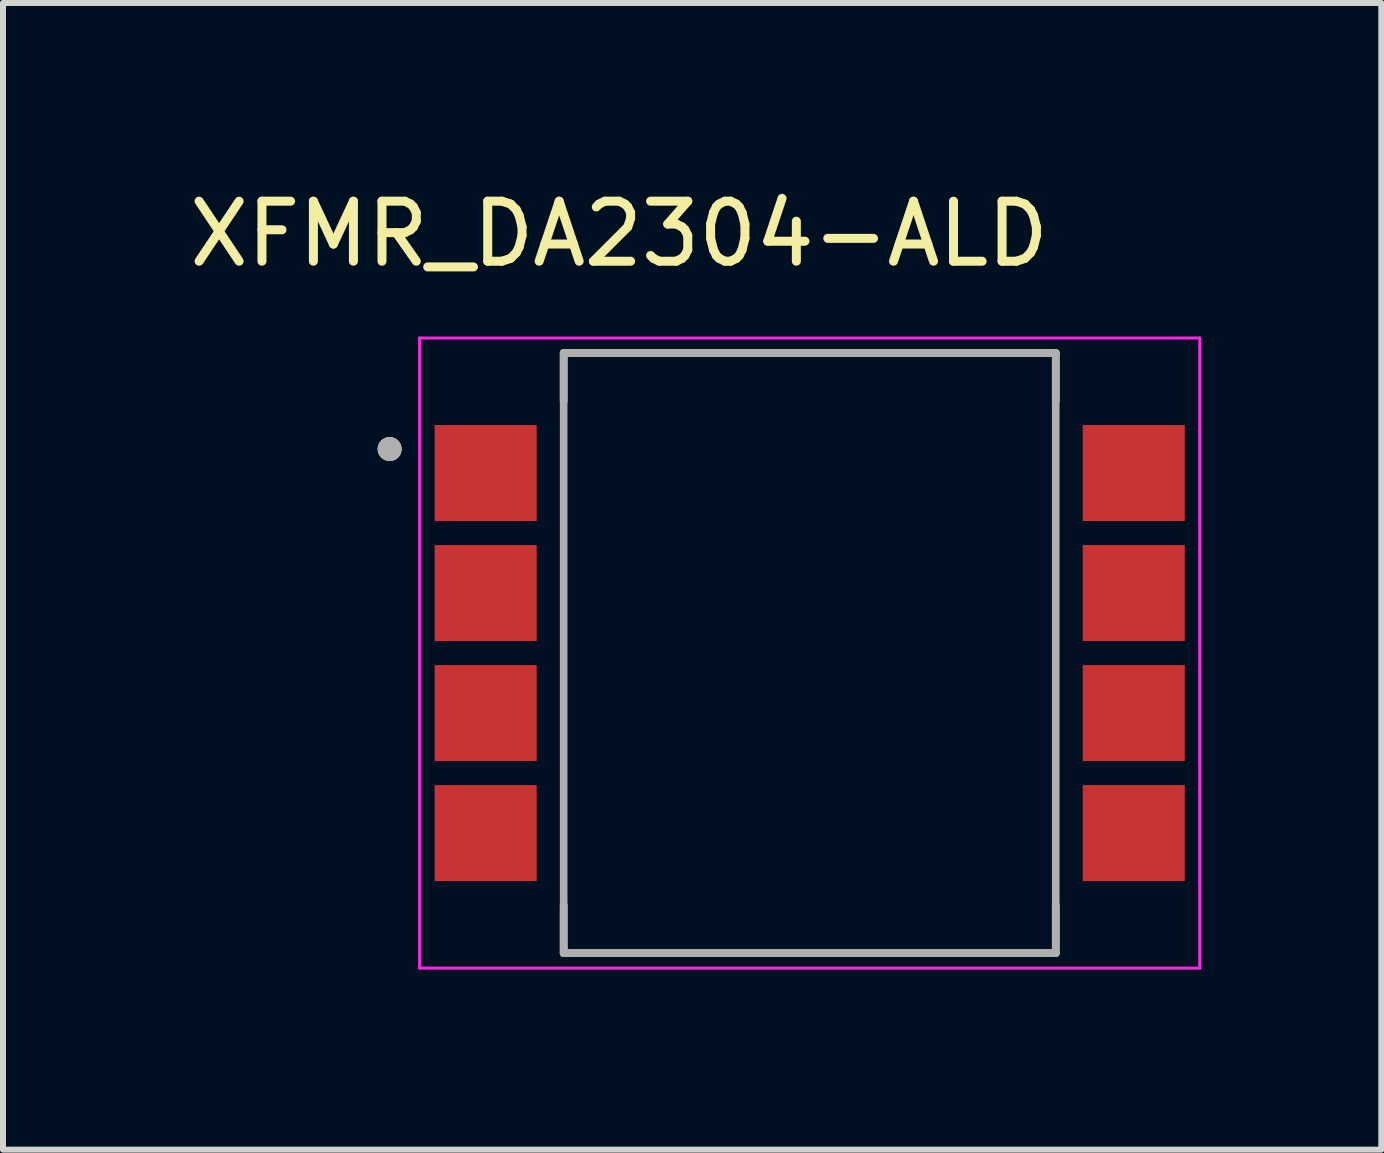
<source format=kicad_pcb>
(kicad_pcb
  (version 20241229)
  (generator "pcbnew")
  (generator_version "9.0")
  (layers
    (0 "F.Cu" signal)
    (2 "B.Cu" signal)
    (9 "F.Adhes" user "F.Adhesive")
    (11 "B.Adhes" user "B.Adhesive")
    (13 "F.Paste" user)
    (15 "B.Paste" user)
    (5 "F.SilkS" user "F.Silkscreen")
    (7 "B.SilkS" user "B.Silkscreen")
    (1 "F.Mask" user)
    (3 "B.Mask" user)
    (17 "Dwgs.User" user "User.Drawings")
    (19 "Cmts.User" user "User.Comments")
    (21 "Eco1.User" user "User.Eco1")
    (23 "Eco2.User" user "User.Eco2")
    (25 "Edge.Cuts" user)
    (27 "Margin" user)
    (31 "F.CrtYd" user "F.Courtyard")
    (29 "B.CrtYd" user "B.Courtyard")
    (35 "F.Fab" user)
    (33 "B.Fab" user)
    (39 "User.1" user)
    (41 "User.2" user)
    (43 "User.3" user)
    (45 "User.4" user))
  (footprint "XFMR_DA2304-ALD"
    (layer "F.Cu")
    (at 10.443 7.833)
    (property "Reference" "XFMR_DA2304-ALD" (at -3.175 -6.985 0) (layer "F.SilkS") (effects (font (size 1 1) (thickness 0.15))))
    (attr smd)
    (fp_line (start -4.1 -5) (end -4.1 -4.2) (stroke (width 0.127) (type solid)) (layer "F.SilkS"))
    (fp_line (start -4.1 -5) (end 4.1 -5) (stroke (width 0.127) (type solid)) (layer "F.SilkS"))
    (fp_line (start -4.1 5) (end -4.1 4.2) (stroke (width 0.127) (type solid)) (layer "F.SilkS"))
    (fp_line (start 4.1 -5) (end 4.1 -4.2) (stroke (width 0.127) (type solid)) (layer "F.SilkS"))
    (fp_line (start 4.1 5) (end -4.1 5) (stroke (width 0.127) (type solid)) (layer "F.SilkS"))
    (fp_line (start 4.1 5) (end 4.1 4.2) (stroke (width 0.127) (type solid)) (layer "F.SilkS"))
    (fp_circle (center -7 -3.4) (end -6.9 -3.4) (stroke (width 0.2) (type solid)) (fill no) (layer "F.SilkS"))
    (fp_line (start -6.5 -5.25) (end 6.5 -5.25) (stroke (width 0.05) (type solid)) (layer "F.CrtYd"))
    (fp_line (start -6.5 5.25) (end -6.5 -5.25) (stroke (width 0.05) (type solid)) (layer "F.CrtYd"))
    (fp_line (start 6.5 -5.25) (end 6.5 5.25) (stroke (width 0.05) (type solid)) (layer "F.CrtYd"))
    (fp_line (start 6.5 5.25) (end -6.5 5.25) (stroke (width 0.05) (type solid)) (layer "F.CrtYd"))
    (fp_line (start -4.1 -5) (end 4.1 -5) (stroke (width 0.127) (type solid)) (layer "F.Fab"))
    (fp_line (start -4.1 5) (end -4.1 -5) (stroke (width 0.127) (type solid)) (layer "F.Fab"))
    (fp_line (start 4.1 -5) (end 4.1 5) (stroke (width 0.127) (type solid)) (layer "F.Fab"))
    (fp_line (start 4.1 5) (end -4.1 5) (stroke (width 0.127) (type solid)) (layer "F.Fab"))
    (fp_circle (center -7 -3.4) (end -6.9 -3.4) (stroke (width 0.2) (type solid)) (fill no) (layer "F.Fab"))
    (pad "1" smd rect (at -5.4 -3) (size 1.7 1.6) (layers "F.Cu" "F.Mask" "F.Paste"))
    (pad "2" smd rect (at -5.4 -1) (size 1.7 1.6) (layers "F.Cu" "F.Mask" "F.Paste"))
    (pad "3" smd rect (at -5.4 1) (size 1.7 1.6) (layers "F.Cu" "F.Mask" "F.Paste"))
    (pad "4" smd rect (at -5.4 3) (size 1.7 1.6) (layers "F.Cu" "F.Mask" "F.Paste"))
    (pad "5" smd rect (at 5.4 3) (size 1.7 1.6) (layers "F.Cu" "F.Mask" "F.Paste"))
    (pad "6" smd rect (at 5.4 1) (size 1.7 1.6) (layers "F.Cu" "F.Mask" "F.Paste"))
    (pad "7" smd rect (at 5.4 -1) (size 1.7 1.6) (layers "F.Cu" "F.Mask" "F.Paste"))
    (pad "8" smd rect (at 5.4 -3) (size 1.7 1.6) (layers "F.Cu" "F.Mask" "F.Paste")))
  (gr_rect
    (start -3 -3)
    (end 19.968 16.108)
    (stroke (width 0.1) (type default))
    (fill no)
    (layer "Edge.Cuts")))
</source>
